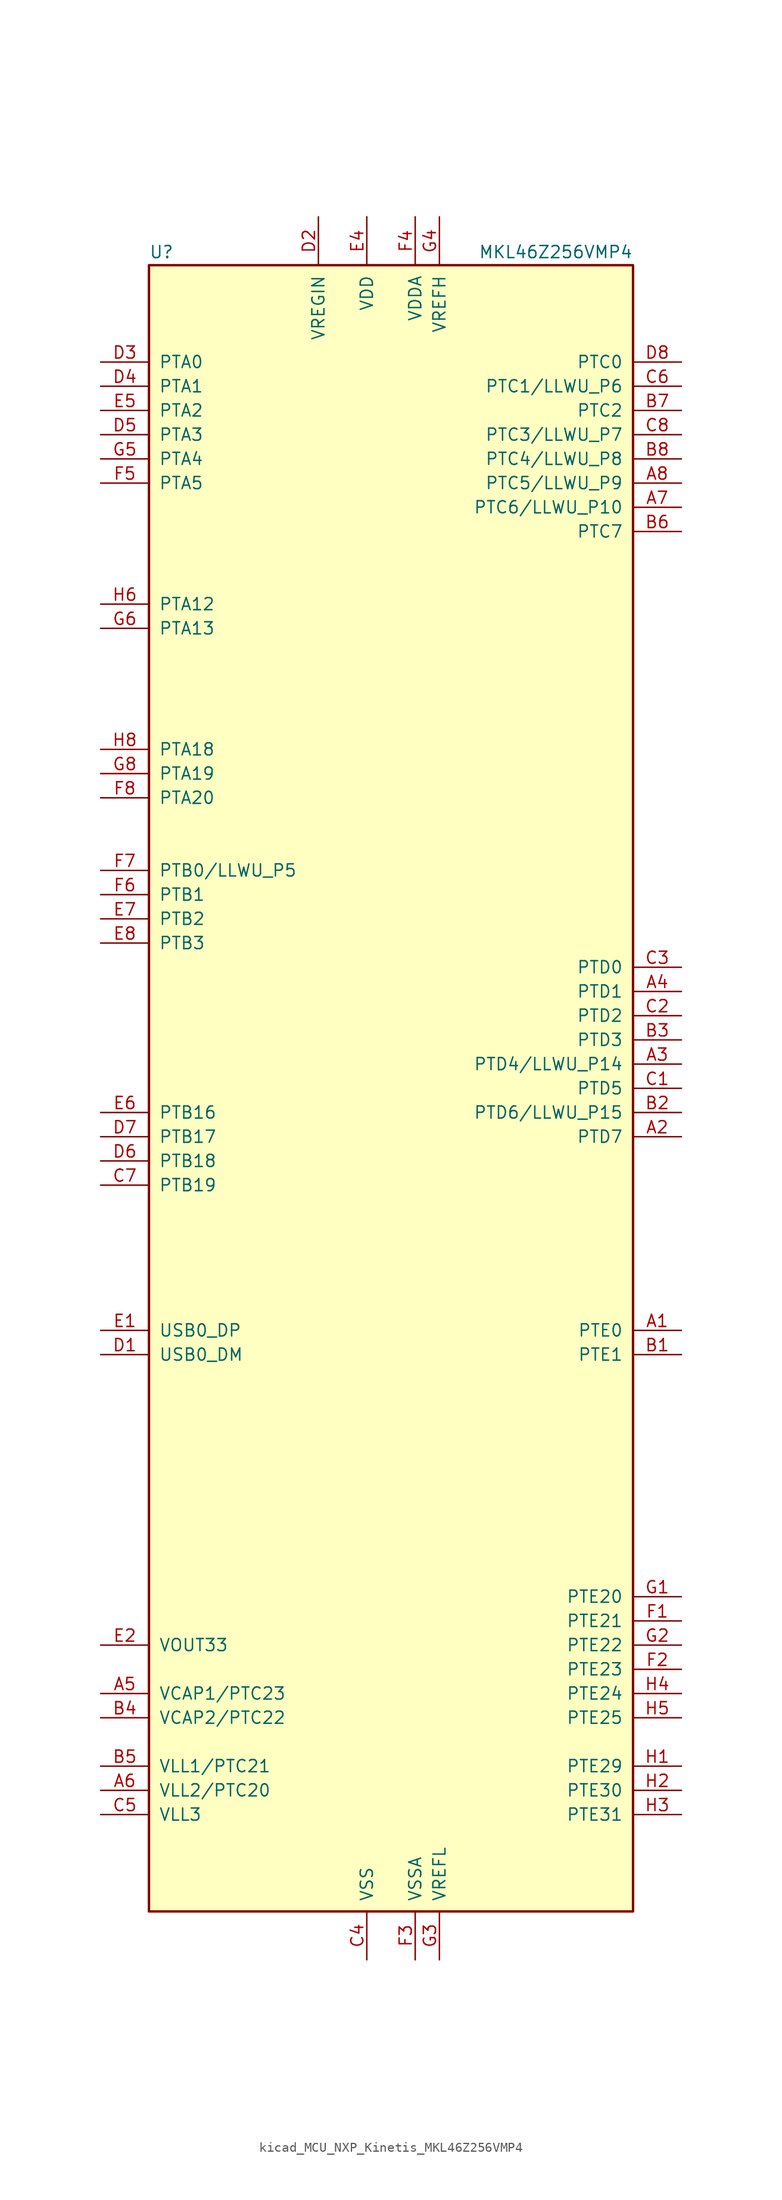
<source format=kicad_sym>
(kicad_symbol_lib
  (version 20220914)
  (generator kicad_symbol_editor)
  (symbol "kicad_MCU_NXP_Kinetis_MKL46Z256VMP4"
    (pin_names
      (offset 1.016))
    (property "Reference" "U"
      (at -25.4 86.995 0)
      (effects (font (size 1.27 1.27)) (justify left bottom)))
    (property "Value" "MKL46Z256VMP4"
      (at 25.4 86.995 0)
      (effects (font (size 1.27 1.27)) (justify right bottom)))
    (symbol "kicad_MCU_NXP_Kinetis_MKL46Z256VMP4_0_1"
      (rectangle (start -25.4 86.36) (end 25.4 -86.36) (stroke (width 0.254) (type default)) (fill (type background))))
    (symbol "kicad_MCU_NXP_Kinetis_MKL46Z256VMP4_1_1"
      (pin bidirectional line (at 30.48 -25.4 180) (length 5.08) (name "PTE0" (effects (font (size 1.27 1.27)))) (number "A1" (effects (font (size 1.27 1.27)))))
      (pin bidirectional line (at 30.48 -5.08 180) (length 5.08) (name "PTD7" (effects (font (size 1.27 1.27)))) (number "A2" (effects (font (size 1.27 1.27)))))
      (pin bidirectional line (at 30.48 2.54 180) (length 5.08) (name "PTD4/LLWU_P14" (effects (font (size 1.27 1.27)))) (number "A3" (effects (font (size 1.27 1.27)))))
      (pin bidirectional line (at 30.48 10.16 180) (length 5.08) (name "PTD1" (effects (font (size 1.27 1.27)))) (number "A4" (effects (font (size 1.27 1.27)))))
      (pin passive line (at -30.48 -63.5 0) (length 5.08) (name "VCAP1/PTC23" (effects (font (size 1.27 1.27)))) (number "A5" (effects (font (size 1.27 1.27)))))
      (pin power_out line (at -30.48 -73.66 0) (length 5.08) (name "VLL2/PTC20" (effects (font (size 1.27 1.27)))) (number "A6" (effects (font (size 1.27 1.27)))))
      (pin bidirectional line (at 30.48 60.96 180) (length 5.08) (name "PTC6/LLWU_P10" (effects (font (size 1.27 1.27)))) (number "A7" (effects (font (size 1.27 1.27)))))
      (pin bidirectional line (at 30.48 63.5 180) (length 5.08) (name "PTC5/LLWU_P9" (effects (font (size 1.27 1.27)))) (number "A8" (effects (font (size 1.27 1.27)))))
      (pin bidirectional line (at 30.48 -27.94 180) (length 5.08) (name "PTE1" (effects (font (size 1.27 1.27)))) (number "B1" (effects (font (size 1.27 1.27)))))
      (pin bidirectional line (at 30.48 -2.54 180) (length 5.08) (name "PTD6/LLWU_P15" (effects (font (size 1.27 1.27)))) (number "B2" (effects (font (size 1.27 1.27)))))
      (pin bidirectional line (at 30.48 5.08 180) (length 5.08) (name "PTD3" (effects (font (size 1.27 1.27)))) (number "B3" (effects (font (size 1.27 1.27)))))
      (pin passive line (at -30.48 -66.04 0) (length 5.08) (name "VCAP2/PTC22" (effects (font (size 1.27 1.27)))) (number "B4" (effects (font (size 1.27 1.27)))))
      (pin power_out line (at -30.48 -71.12 0) (length 5.08) (name "VLL1/PTC21" (effects (font (size 1.27 1.27)))) (number "B5" (effects (font (size 1.27 1.27)))))
      (pin bidirectional line (at 30.48 58.42 180) (length 5.08) (name "PTC7" (effects (font (size 1.27 1.27)))) (number "B6" (effects (font (size 1.27 1.27)))))
      (pin bidirectional line (at 30.48 71.12 180) (length 5.08) (name "PTC2" (effects (font (size 1.27 1.27)))) (number "B7" (effects (font (size 1.27 1.27)))))
      (pin bidirectional line (at 30.48 66.04 180) (length 5.08) (name "PTC4/LLWU_P8" (effects (font (size 1.27 1.27)))) (number "B8" (effects (font (size 1.27 1.27)))))
      (pin bidirectional line (at 30.48 0 180) (length 5.08) (name "PTD5" (effects (font (size 1.27 1.27)))) (number "C1" (effects (font (size 1.27 1.27)))))
      (pin bidirectional line (at 30.48 7.62 180) (length 5.08) (name "PTD2" (effects (font (size 1.27 1.27)))) (number "C2" (effects (font (size 1.27 1.27)))))
      (pin bidirectional line (at 30.48 12.7 180) (length 5.08) (name "PTD0" (effects (font (size 1.27 1.27)))) (number "C3" (effects (font (size 1.27 1.27)))))
      (pin power_in line (at -2.54 -91.44 90) (length 5.08) (name "VSS" (effects (font (size 1.27 1.27)))) (number "C4" (effects (font (size 1.27 1.27)))))
      (pin power_out line (at -30.48 -76.2 0) (length 5.08) (name "VLL3" (effects (font (size 1.27 1.27)))) (number "C5" (effects (font (size 1.27 1.27)))))
      (pin bidirectional line (at 30.48 73.66 180) (length 5.08) (name "PTC1/LLWU_P6" (effects (font (size 1.27 1.27)))) (number "C6" (effects (font (size 1.27 1.27)))))
      (pin bidirectional line (at -30.48 -10.16 0) (length 5.08) (name "PTB19" (effects (font (size 1.27 1.27)))) (number "C7" (effects (font (size 1.27 1.27)))))
      (pin bidirectional line (at 30.48 68.58 180) (length 5.08) (name "PTC3/LLWU_P7" (effects (font (size 1.27 1.27)))) (number "C8" (effects (font (size 1.27 1.27)))))
      (pin bidirectional line (at -30.48 -27.94 0) (length 5.08) (name "USB0_DM" (effects (font (size 1.27 1.27)))) (number "D1" (effects (font (size 1.27 1.27)))))
      (pin power_in line (at -7.62 91.44 270) (length 5.08) (name "VREGIN" (effects (font (size 1.27 1.27)))) (number "D2" (effects (font (size 1.27 1.27)))))
      (pin bidirectional line (at -30.48 76.2 0) (length 5.08) (name "PTA0" (effects (font (size 1.27 1.27)))) (number "D3" (effects (font (size 1.27 1.27)))))
      (pin bidirectional line (at -30.48 73.66 0) (length 5.08) (name "PTA1" (effects (font (size 1.27 1.27)))) (number "D4" (effects (font (size 1.27 1.27)))))
      (pin bidirectional line (at -30.48 68.58 0) (length 5.08) (name "PTA3" (effects (font (size 1.27 1.27)))) (number "D5" (effects (font (size 1.27 1.27)))))
      (pin bidirectional line (at -30.48 -7.62 0) (length 5.08) (name "PTB18" (effects (font (size 1.27 1.27)))) (number "D6" (effects (font (size 1.27 1.27)))))
      (pin bidirectional line (at -30.48 -5.08 0) (length 5.08) (name "PTB17" (effects (font (size 1.27 1.27)))) (number "D7" (effects (font (size 1.27 1.27)))))
      (pin bidirectional line (at 30.48 76.2 180) (length 5.08) (name "PTC0" (effects (font (size 1.27 1.27)))) (number "D8" (effects (font (size 1.27 1.27)))))
      (pin bidirectional line (at -30.48 -25.4 0) (length 5.08) (name "USB0_DP" (effects (font (size 1.27 1.27)))) (number "E1" (effects (font (size 1.27 1.27)))))
      (pin power_out line (at -30.48 -58.42 0) (length 5.08) (name "VOUT33" (effects (font (size 1.27 1.27)))) (number "E2" (effects (font (size 1.27 1.27)))))
      (pin passive line (at -2.54 -91.44 90) (length 5.08) hide (name "VSS" (effects (font (size 1.27 1.27)))) (number "E3" (effects (font (size 1.27 1.27)))))
      (pin power_in line (at -2.54 91.44 270) (length 5.08) (name "VDD" (effects (font (size 1.27 1.27)))) (number "E4" (effects (font (size 1.27 1.27)))))
      (pin bidirectional line (at -30.48 71.12 0) (length 5.08) (name "PTA2" (effects (font (size 1.27 1.27)))) (number "E5" (effects (font (size 1.27 1.27)))))
      (pin bidirectional line (at -30.48 -2.54 0) (length 5.08) (name "PTB16" (effects (font (size 1.27 1.27)))) (number "E6" (effects (font (size 1.27 1.27)))))
      (pin bidirectional line (at -30.48 17.78 0) (length 5.08) (name "PTB2" (effects (font (size 1.27 1.27)))) (number "E7" (effects (font (size 1.27 1.27)))))
      (pin bidirectional line (at -30.48 15.24 0) (length 5.08) (name "PTB3" (effects (font (size 1.27 1.27)))) (number "E8" (effects (font (size 1.27 1.27)))))
      (pin bidirectional line (at 30.48 -55.88 180) (length 5.08) (name "PTE21" (effects (font (size 1.27 1.27)))) (number "F1" (effects (font (size 1.27 1.27)))))
      (pin bidirectional line (at 30.48 -60.96 180) (length 5.08) (name "PTE23" (effects (font (size 1.27 1.27)))) (number "F2" (effects (font (size 1.27 1.27)))))
      (pin power_in line (at 2.54 -91.44 90) (length 5.08) (name "VSSA" (effects (font (size 1.27 1.27)))) (number "F3" (effects (font (size 1.27 1.27)))))
      (pin power_in line (at 2.54 91.44 270) (length 5.08) (name "VDDA" (effects (font (size 1.27 1.27)))) (number "F4" (effects (font (size 1.27 1.27)))))
      (pin bidirectional line (at -30.48 63.5 0) (length 5.08) (name "PTA5" (effects (font (size 1.27 1.27)))) (number "F5" (effects (font (size 1.27 1.27)))))
      (pin bidirectional line (at -30.48 20.32 0) (length 5.08) (name "PTB1" (effects (font (size 1.27 1.27)))) (number "F6" (effects (font (size 1.27 1.27)))))
      (pin bidirectional line (at -30.48 22.86 0) (length 5.08) (name "PTB0/LLWU_P5" (effects (font (size 1.27 1.27)))) (number "F7" (effects (font (size 1.27 1.27)))))
      (pin bidirectional line (at -30.48 30.48 0) (length 5.08) (name "PTA20" (effects (font (size 1.27 1.27)))) (number "F8" (effects (font (size 1.27 1.27)))))
      (pin bidirectional line (at 30.48 -53.34 180) (length 5.08) (name "PTE20" (effects (font (size 1.27 1.27)))) (number "G1" (effects (font (size 1.27 1.27)))))
      (pin bidirectional line (at 30.48 -58.42 180) (length 5.08) (name "PTE22" (effects (font (size 1.27 1.27)))) (number "G2" (effects (font (size 1.27 1.27)))))
      (pin power_in line (at 5.08 -91.44 90) (length 5.08) (name "VREFL" (effects (font (size 1.27 1.27)))) (number "G3" (effects (font (size 1.27 1.27)))))
      (pin power_in line (at 5.08 91.44 270) (length 5.08) (name "VREFH" (effects (font (size 1.27 1.27)))) (number "G4" (effects (font (size 1.27 1.27)))))
      (pin bidirectional line (at -30.48 66.04 0) (length 5.08) (name "PTA4" (effects (font (size 1.27 1.27)))) (number "G5" (effects (font (size 1.27 1.27)))))
      (pin bidirectional line (at -30.48 48.26 0) (length 5.08) (name "PTA13" (effects (font (size 1.27 1.27)))) (number "G6" (effects (font (size 1.27 1.27)))))
      (pin passive line (at -2.54 91.44 270) (length 5.08) hide (name "VDD" (effects (font (size 1.27 1.27)))) (number "G7" (effects (font (size 1.27 1.27)))))
      (pin bidirectional line (at -30.48 33.02 0) (length 5.08) (name "PTA19" (effects (font (size 1.27 1.27)))) (number "G8" (effects (font (size 1.27 1.27)))))
      (pin bidirectional line (at 30.48 -71.12 180) (length 5.08) (name "PTE29" (effects (font (size 1.27 1.27)))) (number "H1" (effects (font (size 1.27 1.27)))))
      (pin bidirectional line (at 30.48 -73.66 180) (length 5.08) (name "PTE30" (effects (font (size 1.27 1.27)))) (number "H2" (effects (font (size 1.27 1.27)))))
      (pin bidirectional line (at 30.48 -76.2 180) (length 5.08) (name "PTE31" (effects (font (size 1.27 1.27)))) (number "H3" (effects (font (size 1.27 1.27)))))
      (pin bidirectional line (at 30.48 -63.5 180) (length 5.08) (name "PTE24" (effects (font (size 1.27 1.27)))) (number "H4" (effects (font (size 1.27 1.27)))))
      (pin bidirectional line (at 30.48 -66.04 180) (length 5.08) (name "PTE25" (effects (font (size 1.27 1.27)))) (number "H5" (effects (font (size 1.27 1.27)))))
      (pin bidirectional line (at -30.48 50.8 0) (length 5.08) (name "PTA12" (effects (font (size 1.27 1.27)))) (number "H6" (effects (font (size 1.27 1.27)))))
      (pin passive line (at -2.54 -91.44 90) (length 5.08) hide (name "VSS" (effects (font (size 1.27 1.27)))) (number "H7" (effects (font (size 1.27 1.27)))))
      (pin bidirectional line (at -30.48 35.56 0) (length 5.08) (name "PTA18" (effects (font (size 1.27 1.27)))) (number "H8" (effects (font (size 1.27 1.27))))))))
</source>
